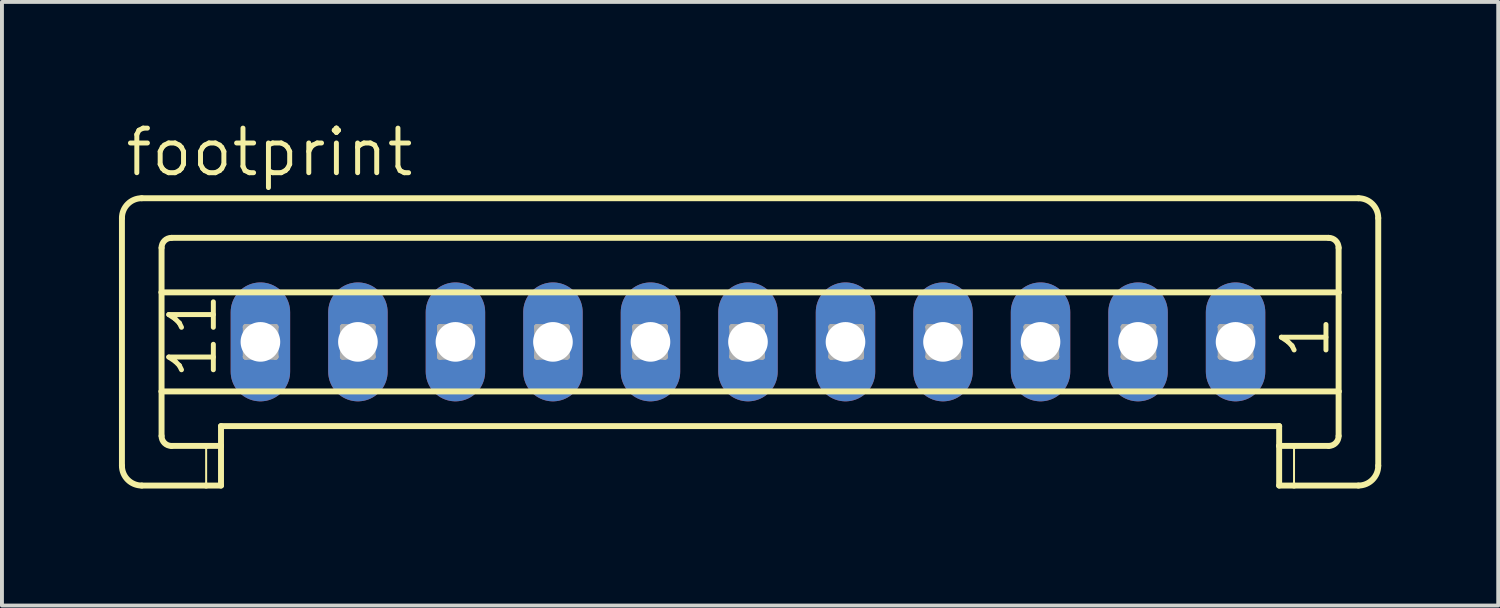
<source format=kicad_pcb>
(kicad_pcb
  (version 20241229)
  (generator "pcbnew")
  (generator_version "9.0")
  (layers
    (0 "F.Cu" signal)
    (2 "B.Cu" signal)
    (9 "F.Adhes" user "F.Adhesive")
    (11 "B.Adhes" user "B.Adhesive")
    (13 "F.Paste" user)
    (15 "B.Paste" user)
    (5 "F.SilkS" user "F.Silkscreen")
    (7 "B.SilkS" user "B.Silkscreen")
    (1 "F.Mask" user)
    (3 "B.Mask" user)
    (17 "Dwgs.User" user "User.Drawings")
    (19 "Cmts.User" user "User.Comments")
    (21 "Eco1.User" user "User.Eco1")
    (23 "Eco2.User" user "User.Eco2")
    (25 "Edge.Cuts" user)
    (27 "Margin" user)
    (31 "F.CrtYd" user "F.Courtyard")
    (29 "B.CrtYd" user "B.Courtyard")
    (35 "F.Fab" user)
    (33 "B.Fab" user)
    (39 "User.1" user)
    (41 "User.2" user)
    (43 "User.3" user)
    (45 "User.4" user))
  (footprint "footprint"
    (layer "F.Cu")
    (at 16.126 5.715)
    (property "Reference" "footprint" (at -16.024 -4.191 0) (layer "F.SilkS") (effects (font (size 1.143 1.143) (thickness 0.127)) (justify left bottom)))
    (fp_line (start -16.05 -3.175) (end -16.05 3.175) (stroke (width 0.152) (type solid)) (layer "F.SilkS"))
    (fp_line (start -15.542 -3.683) (end 15.65 -3.683) (stroke (width 0.152) (type solid)) (layer "F.SilkS"))
    (fp_line (start -15.034 -1.27) (end -15.034 -2.413) (stroke (width 0.152) (type solid)) (layer "F.SilkS"))
    (fp_line (start -15.034 -1.27) (end 15.142 -1.27) (stroke (width 0.152) (type solid)) (layer "F.SilkS"))
    (fp_line (start -15.034 1.27) (end -15.034 -1.27) (stroke (width 0.152) (type solid)) (layer "F.SilkS"))
    (fp_line (start -15.034 1.27) (end 15.142 1.27) (stroke (width 0.152) (type solid)) (layer "F.SilkS"))
    (fp_line (start -15.034 2.413) (end -15.034 1.27) (stroke (width 0.152) (type solid)) (layer "F.SilkS"))
    (fp_line (start -14.78 -2.667) (end 14.888 -2.667) (stroke (width 0.152) (type solid)) (layer "F.SilkS"))
    (fp_line (start -14.78 2.667) (end -13.891 2.667) (stroke (width 0.152) (type solid)) (layer "F.SilkS"))
    (fp_line (start -13.891 2.667) (end -13.891 3.683) (stroke (width 0.051) (type solid)) (layer "F.SilkS"))
    (fp_line (start -13.891 2.667) (end -13.51 2.667) (stroke (width 0.152) (type solid)) (layer "F.SilkS"))
    (fp_line (start -13.891 3.683) (end -15.542 3.683) (stroke (width 0.152) (type solid)) (layer "F.SilkS"))
    (fp_line (start -13.51 2.159) (end 13.618 2.159) (stroke (width 0.152) (type solid)) (layer "F.SilkS"))
    (fp_line (start -13.51 2.667) (end -13.51 2.159) (stroke (width 0.152) (type solid)) (layer "F.SilkS"))
    (fp_line (start -13.51 2.667) (end -13.51 3.683) (stroke (width 0.152) (type solid)) (layer "F.SilkS"))
    (fp_line (start -13.51 3.683) (end -13.891 3.683) (stroke (width 0.152) (type solid)) (layer "F.SilkS"))
    (fp_line (start 13.618 2.667) (end 13.618 2.159) (stroke (width 0.152) (type solid)) (layer "F.SilkS"))
    (fp_line (start 13.618 2.667) (end 13.999 2.667) (stroke (width 0.152) (type solid)) (layer "F.SilkS"))
    (fp_line (start 13.618 3.683) (end 13.618 2.667) (stroke (width 0.152) (type solid)) (layer "F.SilkS"))
    (fp_line (start 13.999 2.667) (end 13.999 3.683) (stroke (width 0.051) (type solid)) (layer "F.SilkS"))
    (fp_line (start 13.999 2.667) (end 14.888 2.667) (stroke (width 0.152) (type solid)) (layer "F.SilkS"))
    (fp_line (start 13.999 3.683) (end 13.618 3.683) (stroke (width 0.152) (type solid)) (layer "F.SilkS"))
    (fp_line (start 15.142 -1.27) (end 15.142 -2.413) (stroke (width 0.152) (type solid)) (layer "F.SilkS"))
    (fp_line (start 15.142 1.27) (end 15.142 -1.27) (stroke (width 0.152) (type solid)) (layer "F.SilkS"))
    (fp_line (start 15.142 2.413) (end 15.142 1.27) (stroke (width 0.152) (type solid)) (layer "F.SilkS"))
    (fp_line (start 15.65 3.683) (end 13.999 3.683) (stroke (width 0.152) (type solid)) (layer "F.SilkS"))
    (fp_line (start 16.158 -3.175) (end 16.158 3.175) (stroke (width 0.152) (type solid)) (layer "F.SilkS"))
    (fp_arc (start -16.05 -3.175) (mid -15.90121 -3.53421) (end -15.542 -3.683) (stroke (width 0.1524) (type solid)) (layer "F.SilkS"))
    (fp_arc (start -15.542 3.683) (mid -15.90121 3.53421) (end -16.05 3.175) (stroke (width 0.1524) (type solid)) (layer "F.SilkS"))
    (fp_arc (start -15.034 -2.413) (mid -14.959605 -2.592605) (end -14.78 -2.667) (stroke (width 0.1524) (type solid)) (layer "F.SilkS"))
    (fp_arc (start -14.78 2.667) (mid -14.959605 2.592605) (end -15.034 2.413) (stroke (width 0.1524) (type solid)) (layer "F.SilkS"))
    (fp_arc (start 14.888 -2.667) (mid 15.067605 -2.592605) (end 15.142 -2.413) (stroke (width 0.1524) (type solid)) (layer "F.SilkS"))
    (fp_arc (start 15.142 2.413) (mid 15.067605 2.592605) (end 14.888 2.667) (stroke (width 0.1524) (type solid)) (layer "F.SilkS"))
    (fp_arc (start 15.65 -3.683) (mid 16.00921 -3.53421) (end 16.158 -3.175) (stroke (width 0.1524) (type solid)) (layer "F.SilkS"))
    (fp_arc (start 16.158 3.175) (mid 16.00921 3.53421) (end 15.65 3.683) (stroke (width 0.1524) (type solid)) (layer "F.SilkS"))
    (fp_line (start -12.875 -0.381) (end -12.875 0.381) (stroke (width 0.152) (type solid)) (layer "F.Fab"))
    (fp_line (start -12.875 -0.381) (end -12.113 0.381) (stroke (width 0.152) (type solid)) (layer "F.Fab"))
    (fp_line (start -12.875 0.381) (end -12.113 0.381) (stroke (width 0.152) (type solid)) (layer "F.Fab"))
    (fp_line (start -12.113 -0.381) (end -12.875 -0.381) (stroke (width 0.152) (type solid)) (layer "F.Fab"))
    (fp_line (start -12.113 -0.381) (end -12.875 0.381) (stroke (width 0.152) (type solid)) (layer "F.Fab"))
    (fp_line (start -12.113 0.381) (end -12.113 -0.381) (stroke (width 0.152) (type solid)) (layer "F.Fab"))
    (fp_line (start -10.385 -0.381) (end -10.385 0.381) (stroke (width 0.152) (type solid)) (layer "F.Fab"))
    (fp_line (start -10.385 -0.381) (end -9.623 0.381) (stroke (width 0.152) (type solid)) (layer "F.Fab"))
    (fp_line (start -10.385 0.381) (end -9.623 0.381) (stroke (width 0.152) (type solid)) (layer "F.Fab"))
    (fp_line (start -9.623 -0.381) (end -10.385 -0.381) (stroke (width 0.152) (type solid)) (layer "F.Fab"))
    (fp_line (start -9.623 -0.381) (end -10.385 0.381) (stroke (width 0.152) (type solid)) (layer "F.Fab"))
    (fp_line (start -9.623 0.381) (end -9.623 -0.381) (stroke (width 0.152) (type solid)) (layer "F.Fab"))
    (fp_line (start -7.896 -0.381) (end -7.896 0.381) (stroke (width 0.152) (type solid)) (layer "F.Fab"))
    (fp_line (start -7.896 -0.381) (end -7.134 0.381) (stroke (width 0.152) (type solid)) (layer "F.Fab"))
    (fp_line (start -7.896 0.381) (end -7.134 0.381) (stroke (width 0.152) (type solid)) (layer "F.Fab"))
    (fp_line (start -7.134 -0.381) (end -7.896 -0.381) (stroke (width 0.152) (type solid)) (layer "F.Fab"))
    (fp_line (start -7.134 -0.381) (end -7.896 0.381) (stroke (width 0.152) (type solid)) (layer "F.Fab"))
    (fp_line (start -7.134 0.381) (end -7.134 -0.381) (stroke (width 0.152) (type solid)) (layer "F.Fab"))
    (fp_line (start -5.407 -0.381) (end -5.407 0.381) (stroke (width 0.152) (type solid)) (layer "F.Fab"))
    (fp_line (start -5.407 -0.381) (end -4.645 0.381) (stroke (width 0.152) (type solid)) (layer "F.Fab"))
    (fp_line (start -5.407 0.381) (end -4.645 0.381) (stroke (width 0.152) (type solid)) (layer "F.Fab"))
    (fp_line (start -4.645 -0.381) (end -5.407 -0.381) (stroke (width 0.152) (type solid)) (layer "F.Fab"))
    (fp_line (start -4.645 -0.381) (end -5.407 0.381) (stroke (width 0.152) (type solid)) (layer "F.Fab"))
    (fp_line (start -4.645 0.381) (end -4.645 -0.381) (stroke (width 0.152) (type solid)) (layer "F.Fab"))
    (fp_line (start -2.892 -0.381) (end -2.892 0.381) (stroke (width 0.152) (type solid)) (layer "F.Fab"))
    (fp_line (start -2.892 -0.381) (end -2.13 0.381) (stroke (width 0.152) (type solid)) (layer "F.Fab"))
    (fp_line (start -2.892 0.381) (end -2.13 0.381) (stroke (width 0.152) (type solid)) (layer "F.Fab"))
    (fp_line (start -2.13 -0.381) (end -2.892 -0.381) (stroke (width 0.152) (type solid)) (layer "F.Fab"))
    (fp_line (start -2.13 -0.381) (end -2.892 0.381) (stroke (width 0.152) (type solid)) (layer "F.Fab"))
    (fp_line (start -2.13 0.381) (end -2.13 -0.381) (stroke (width 0.152) (type solid)) (layer "F.Fab"))
    (fp_line (start -0.403 -0.381) (end -0.403 0.381) (stroke (width 0.152) (type solid)) (layer "F.Fab"))
    (fp_line (start -0.403 -0.381) (end 0.359 0.381) (stroke (width 0.152) (type solid)) (layer "F.Fab"))
    (fp_line (start -0.403 0.381) (end 0.359 0.381) (stroke (width 0.152) (type solid)) (layer "F.Fab"))
    (fp_line (start 0.359 -0.381) (end -0.403 -0.381) (stroke (width 0.152) (type solid)) (layer "F.Fab"))
    (fp_line (start 0.359 -0.381) (end -0.403 0.381) (stroke (width 0.152) (type solid)) (layer "F.Fab"))
    (fp_line (start 0.359 0.381) (end 0.359 -0.381) (stroke (width 0.152) (type solid)) (layer "F.Fab"))
    (fp_line (start 2.137 -0.381) (end 2.137 0.381) (stroke (width 0.152) (type solid)) (layer "F.Fab"))
    (fp_line (start 2.137 -0.381) (end 2.899 0.381) (stroke (width 0.152) (type solid)) (layer "F.Fab"))
    (fp_line (start 2.137 0.381) (end 2.899 0.381) (stroke (width 0.152) (type solid)) (layer "F.Fab"))
    (fp_line (start 2.899 -0.381) (end 2.137 -0.381) (stroke (width 0.152) (type solid)) (layer "F.Fab"))
    (fp_line (start 2.899 -0.381) (end 2.137 0.381) (stroke (width 0.152) (type solid)) (layer "F.Fab"))
    (fp_line (start 2.899 0.381) (end 2.899 -0.381) (stroke (width 0.152) (type solid)) (layer "F.Fab"))
    (fp_line (start 4.626 -0.381) (end 4.626 0.381) (stroke (width 0.152) (type solid)) (layer "F.Fab"))
    (fp_line (start 4.626 -0.381) (end 5.388 0.381) (stroke (width 0.152) (type solid)) (layer "F.Fab"))
    (fp_line (start 4.626 0.381) (end 5.388 0.381) (stroke (width 0.152) (type solid)) (layer "F.Fab"))
    (fp_line (start 5.388 -0.381) (end 4.626 -0.381) (stroke (width 0.152) (type solid)) (layer "F.Fab"))
    (fp_line (start 5.388 -0.381) (end 4.626 0.381) (stroke (width 0.152) (type solid)) (layer "F.Fab"))
    (fp_line (start 5.388 0.381) (end 5.388 -0.381) (stroke (width 0.152) (type solid)) (layer "F.Fab"))
    (fp_line (start 7.141 -0.381) (end 7.141 0.381) (stroke (width 0.152) (type solid)) (layer "F.Fab"))
    (fp_line (start 7.141 -0.381) (end 7.903 0.381) (stroke (width 0.152) (type solid)) (layer "F.Fab"))
    (fp_line (start 7.141 0.381) (end 7.903 0.381) (stroke (width 0.152) (type solid)) (layer "F.Fab"))
    (fp_line (start 7.903 -0.381) (end 7.141 -0.381) (stroke (width 0.152) (type solid)) (layer "F.Fab"))
    (fp_line (start 7.903 -0.381) (end 7.141 0.381) (stroke (width 0.152) (type solid)) (layer "F.Fab"))
    (fp_line (start 7.903 0.381) (end 7.903 -0.381) (stroke (width 0.152) (type solid)) (layer "F.Fab"))
    (fp_line (start 9.63 -0.381) (end 9.63 0.381) (stroke (width 0.152) (type solid)) (layer "F.Fab"))
    (fp_line (start 9.63 -0.381) (end 10.392 0.381) (stroke (width 0.152) (type solid)) (layer "F.Fab"))
    (fp_line (start 9.63 0.381) (end 10.392 0.381) (stroke (width 0.152) (type solid)) (layer "F.Fab"))
    (fp_line (start 10.392 -0.381) (end 9.63 -0.381) (stroke (width 0.152) (type solid)) (layer "F.Fab"))
    (fp_line (start 10.392 -0.381) (end 9.63 0.381) (stroke (width 0.152) (type solid)) (layer "F.Fab"))
    (fp_line (start 10.392 0.381) (end 10.392 -0.381) (stroke (width 0.152) (type solid)) (layer "F.Fab"))
    (fp_line (start 12.119 -0.381) (end 12.119 0.381) (stroke (width 0.152) (type solid)) (layer "F.Fab"))
    (fp_line (start 12.119 -0.381) (end 12.881 0.381) (stroke (width 0.152) (type solid)) (layer "F.Fab"))
    (fp_line (start 12.119 0.381) (end 12.881 0.381) (stroke (width 0.152) (type solid)) (layer "F.Fab"))
    (fp_line (start 12.881 -0.381) (end 12.119 -0.381) (stroke (width 0.152) (type solid)) (layer "F.Fab"))
    (fp_line (start 12.881 -0.381) (end 12.119 0.381) (stroke (width 0.152) (type solid)) (layer "F.Fab"))
    (fp_line (start 12.881 0.381) (end 12.881 -0.381) (stroke (width 0.152) (type solid)) (layer "F.Fab"))
    (fp_text user "1" (at 14.964 0.508 90) (layer "F.SilkS") (effects (font (size 1.143 1.143) (thickness 0.127)) (justify left bottom)))
    (fp_text user "11" (at -13.56 1.016 90) (layer "F.SilkS") (effects (font (size 1.143 1.143) (thickness 0.127)) (justify left bottom)))
    (pad "1" thru_hole oval (at 12.5 0 90) (size 3.048 1.524) (drill 1.016) (layers "*.Cu" "*.Mask"))
    (pad "2" thru_hole oval (at 10 0 90) (size 3.048 1.524) (drill 1.016) (layers "*.Cu" "*.Mask"))
    (pad "3" thru_hole oval (at 7.5 0 90) (size 3.048 1.524) (drill 1.016) (layers "*.Cu" "*.Mask"))
    (pad "4" thru_hole oval (at 5 0 90) (size 3.048 1.524) (drill 1.016) (layers "*.Cu" "*.Mask"))
    (pad "5" thru_hole oval (at 2.5 0 90) (size 3.048 1.524) (drill 1.016) (layers "*.Cu" "*.Mask"))
    (pad "6" thru_hole oval (at 0 0 90) (size 3.048 1.524) (drill 1.016) (layers "*.Cu" "*.Mask"))
    (pad "7" thru_hole oval (at -2.5 0 90) (size 3.048 1.524) (drill 1.016) (layers "*.Cu" "*.Mask"))
    (pad "8" thru_hole oval (at -5 0 90) (size 3.048 1.524) (drill 1.016) (layers "*.Cu" "*.Mask"))
    (pad "9" thru_hole oval (at -7.5 0 90) (size 3.048 1.524) (drill 1.016) (layers "*.Cu" "*.Mask"))
    (pad "10" thru_hole oval (at -10 0 90) (size 3.048 1.524) (drill 1.016) (layers "*.Cu" "*.Mask"))
    (pad "11" thru_hole oval (at -12.5 0 90) (size 3.048 1.524) (drill 1.016) (layers "*.Cu" "*.Mask")))
  (gr_rect
    (start -3 -3)
    (end 35.36 12.474)
    (stroke (width 0.1) (type default))
    (fill no)
    (layer "Edge.Cuts")))
</source>
